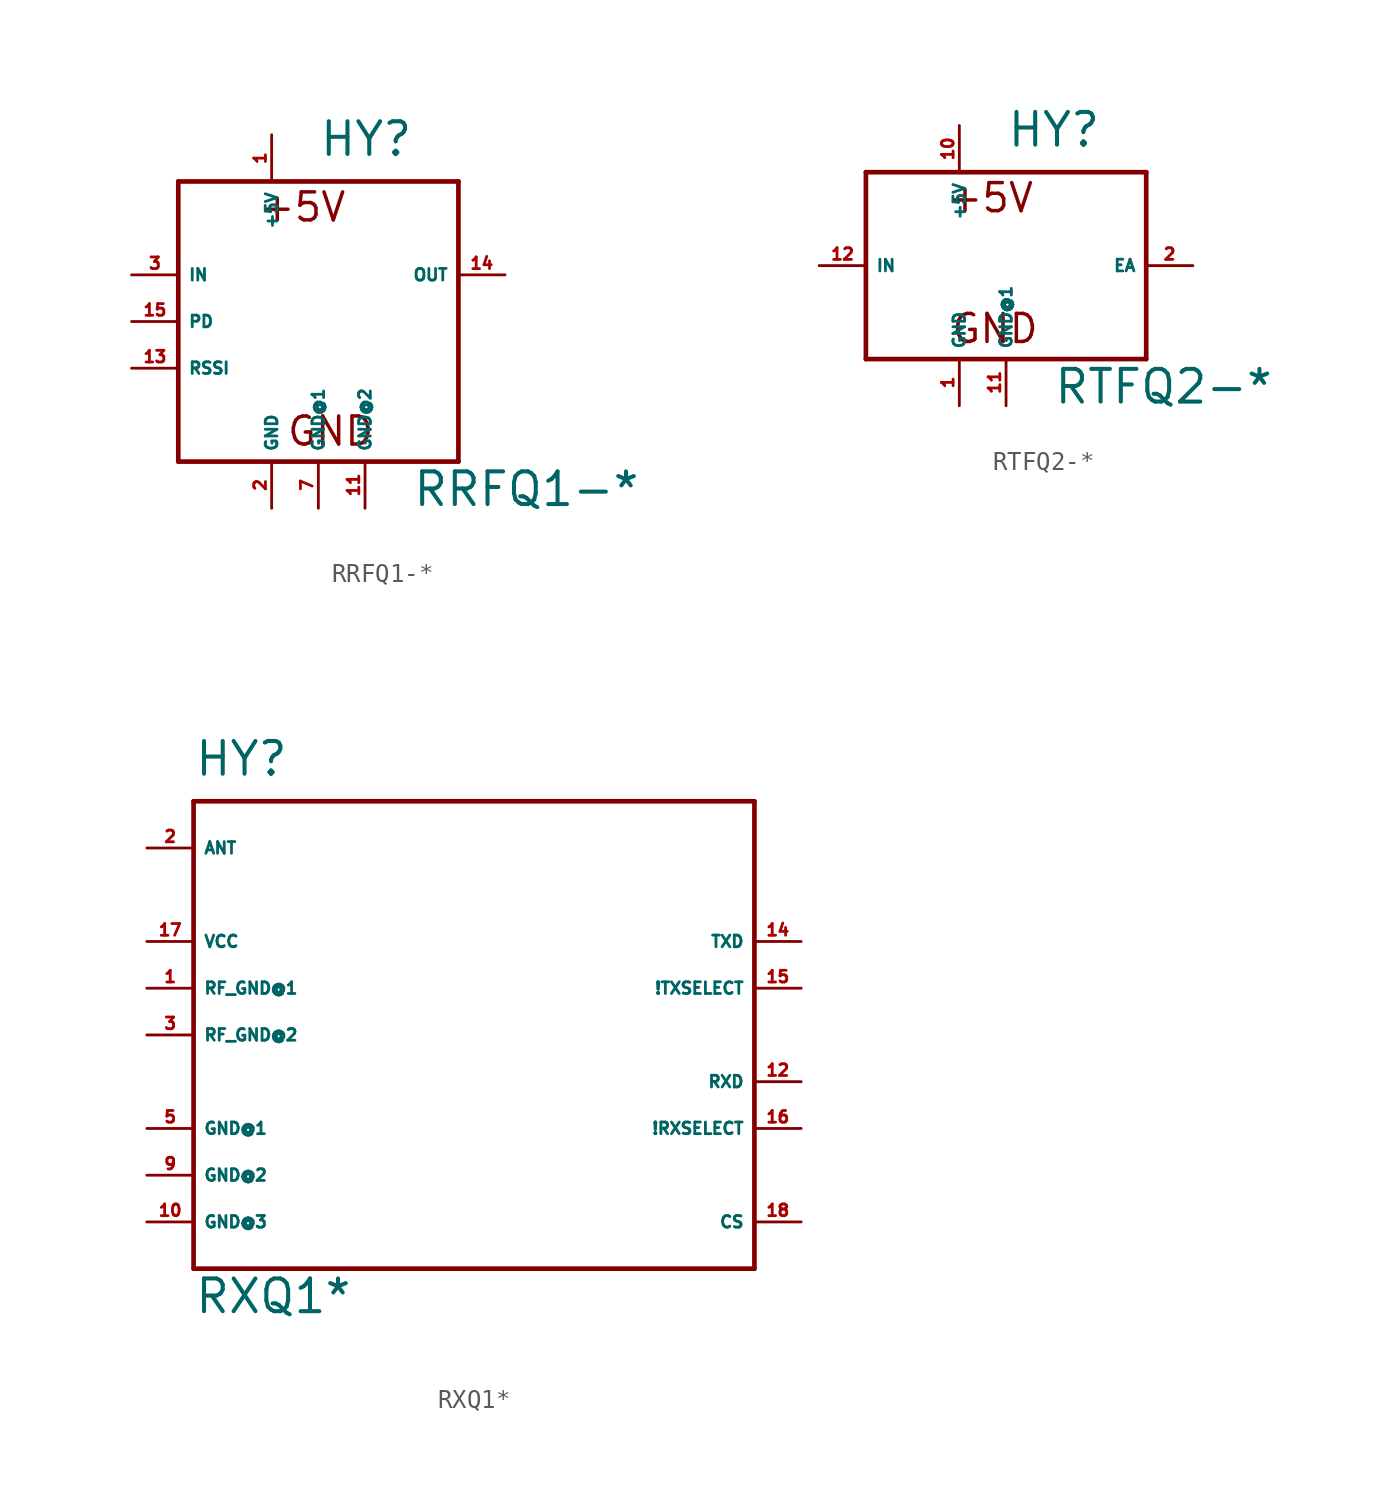
<source format=kicad_sym>
(kicad_symbol_lib
  (version 20220914)
  (generator Eagle2Kicad)
  (symbol "RRFQ1-*"
    (property "Reference" "HY"
      (at 0 8.89 0)
      (effects (font (size 1.778 1.778) (thickness 0.22)) (justify left bottom)))
    (property "Value" "RRFQ1-*"
      (at 5.08 -10.16 0)
      (effects (font (size 1.778 1.778) (thickness 0.22)) (justify left bottom)))
    (polyline
      (pts (xy -7.62 7.62) (xy 7.62 7.62))
      (stroke (width 0.254) (type default))
      (fill (type none)))
    (polyline
      (pts (xy 7.62 7.62) (xy 7.62 -7.62))
      (stroke (width 0.254) (type default))
      (fill (type none)))
    (polyline
      (pts (xy 7.62 -7.62) (xy -7.62 -7.62))
      (stroke (width 0.254) (type default))
      (fill (type none)))
    (polyline
      (pts (xy -7.62 -7.62) (xy -7.62 7.62))
      (stroke (width 0.254) (type default))
      (fill (type none)))
    (text "+5V"
      (at -3.302 5.334 0)
      (effects (font (size 1.524 1.524) (thickness 0.19)) (justify left bottom)))
    (text "GND"
      (at -1.778 -6.858 0)
      (effects (font (size 1.524 1.524) (thickness 0.19)) (justify left bottom)))
    (pin unspecified line
      (at -2.54 10.16 270)
      (length 2.54)
      (name "+5V" (effects (font (size 0.635 0.635) (thickness 0.08)) (justify left bottom)))
      (number "1" (effects (font (size 0.635 0.635) (thickness 0.08)) (justify left bottom))))
    (pin input line
      (at -10.16 -2.54 0)
      (length 2.54)
      (name "RSSI" (effects (font (size 0.635 0.635) (thickness 0.08)) (justify left bottom)))
      (number "13" (effects (font (size 0.635 0.635) (thickness 0.08)) (justify left bottom))))
    (pin unspecified line
      (at -2.54 -10.16 90)
      (length 2.54)
      (name "GND" (effects (font (size 0.635 0.635) (thickness 0.08)) (justify left bottom)))
      (number "2" (effects (font (size 0.635 0.635) (thickness 0.08)) (justify left bottom))))
    (pin unspecified line
      (at 0 -10.16 90)
      (length 2.54)
      (name "GND@1" (effects (font (size 0.635 0.635) (thickness 0.08)) (justify left bottom)))
      (number "7" (effects (font (size 0.635 0.635) (thickness 0.08)) (justify left bottom))))
    (pin unspecified line
      (at 2.54 -10.16 90)
      (length 2.54)
      (name "GND@2" (effects (font (size 0.635 0.635) (thickness 0.08)) (justify left bottom)))
      (number "11" (effects (font (size 0.635 0.635) (thickness 0.08)) (justify left bottom))))
    (pin input line
      (at -10.16 2.54 0)
      (length 2.54)
      (name "IN" (effects (font (size 0.635 0.635) (thickness 0.08)) (justify left bottom)))
      (number "3" (effects (font (size 0.635 0.635) (thickness 0.08)) (justify left bottom))))
    (pin output line
      (at 10.16 2.54 180)
      (length 2.54)
      (name "OUT" (effects (font (size 0.635 0.635) (thickness 0.08)) (justify left bottom)))
      (number "14" (effects (font (size 0.635 0.635) (thickness 0.08)) (justify left bottom))))
    (pin input line
      (at -10.16 0 0)
      (length 2.54)
      (name "PD" (effects (font (size 0.635 0.635) (thickness 0.08)) (justify left bottom)))
      (number "15" (effects (font (size 0.635 0.635) (thickness 0.08)) (justify left bottom)))))
  (symbol "RTFQ2-*"
    (property "Reference" "HY"
      (at 0 6.35 0)
      (effects (font (size 1.778 1.778) (thickness 0.22)) (justify left bottom)))
    (property "Value" "RTFQ2-*"
      (at 2.54 -7.62 0)
      (effects (font (size 1.778 1.778) (thickness 0.22)) (justify left bottom)))
    (polyline
      (pts (xy -7.62 5.08) (xy 7.62 5.08))
      (stroke (width 0.254) (type default))
      (fill (type none)))
    (polyline
      (pts (xy 7.62 5.08) (xy 7.62 -5.08))
      (stroke (width 0.254) (type default))
      (fill (type none)))
    (polyline
      (pts (xy 7.62 -5.08) (xy -7.62 -5.08))
      (stroke (width 0.254) (type default))
      (fill (type none)))
    (polyline
      (pts (xy -7.62 -5.08) (xy -7.62 5.08))
      (stroke (width 0.254) (type default))
      (fill (type none)))
    (text "+5V"
      (at -3.302 2.794 0)
      (effects (font (size 1.524 1.524) (thickness 0.19)) (justify left bottom)))
    (text "GND"
      (at -3.048 -4.318 0)
      (effects (font (size 1.524 1.524) (thickness 0.19)) (justify left bottom)))
    (pin unspecified line
      (at -2.54 7.62 270)
      (length 2.54)
      (name "+5V" (effects (font (size 0.635 0.635) (thickness 0.08)) (justify left bottom)))
      (number "10" (effects (font (size 0.635 0.635) (thickness 0.08)) (justify left bottom))))
    (pin unspecified line
      (at -2.54 -7.62 90)
      (length 2.54)
      (name "GND" (effects (font (size 0.635 0.635) (thickness 0.08)) (justify left bottom)))
      (number "1" (effects (font (size 0.635 0.635) (thickness 0.08)) (justify left bottom))))
    (pin unspecified line
      (at 0 -7.62 90)
      (length 2.54)
      (name "GND@1" (effects (font (size 0.635 0.635) (thickness 0.08)) (justify left bottom)))
      (number "11" (effects (font (size 0.635 0.635) (thickness 0.08)) (justify left bottom))))
    (pin input line
      (at -10.16 0 0)
      (length 2.54)
      (name "IN" (effects (font (size 0.635 0.635) (thickness 0.08)) (justify left bottom)))
      (number "12" (effects (font (size 0.635 0.635) (thickness 0.08)) (justify left bottom))))
    (pin output line
      (at 10.16 0 180)
      (length 2.54)
      (name "EA" (effects (font (size 0.635 0.635) (thickness 0.08)) (justify left bottom)))
      (number "2" (effects (font (size 0.635 0.635) (thickness 0.08)) (justify left bottom)))))
  (symbol "RXQ1*"
    (property "Reference" "HY"
      (at -7.62 21.59 0)
      (effects (font (size 1.778 1.778) (thickness 0.22)) (justify left bottom)))
    (property "Value" "RXQ1*"
      (at -7.62 -7.62 0)
      (effects (font (size 1.778 1.778) (thickness 0.22)) (justify left bottom)))
    (polyline
      (pts (xy -7.62 -5.08) (xy 22.86 -5.08))
      (stroke (width 0.254) (type default))
      (fill (type none)))
    (polyline
      (pts (xy 22.86 -5.08) (xy 22.86 20.32))
      (stroke (width 0.254) (type default))
      (fill (type none)))
    (polyline
      (pts (xy 22.86 20.32) (xy -7.62 20.32))
      (stroke (width 0.254) (type default))
      (fill (type none)))
    (polyline
      (pts (xy -7.62 20.32) (xy -7.62 -5.08))
      (stroke (width 0.254) (type default))
      (fill (type none)))
    (pin unspecified line
      (at -10.16 10.16 0)
      (length 2.54)
      (name "RF_GND@1" (effects (font (size 0.635 0.635) (thickness 0.08)) (justify left bottom)))
      (number "1" (effects (font (size 0.635 0.635) (thickness 0.08)) (justify left bottom))))
    (pin input line
      (at -10.16 17.78 0)
      (length 2.54)
      (name "ANT" (effects (font (size 0.635 0.635) (thickness 0.08)) (justify left bottom)))
      (number "2" (effects (font (size 0.635 0.635) (thickness 0.08)) (justify left bottom))))
    (pin unspecified line
      (at -10.16 7.62 0)
      (length 2.54)
      (name "RF_GND@2" (effects (font (size 0.635 0.635) (thickness 0.08)) (justify left bottom)))
      (number "3" (effects (font (size 0.635 0.635) (thickness 0.08)) (justify left bottom))))
    (pin unspecified line
      (at -10.16 2.54 0)
      (length 2.54)
      (name "GND@1" (effects (font (size 0.635 0.635) (thickness 0.08)) (justify left bottom)))
      (number "5" (effects (font (size 0.635 0.635) (thickness 0.08)) (justify left bottom))))
    (pin unspecified line
      (at -10.16 0 0)
      (length 2.54)
      (name "GND@2" (effects (font (size 0.635 0.635) (thickness 0.08)) (justify left bottom)))
      (number "9" (effects (font (size 0.635 0.635) (thickness 0.08)) (justify left bottom))))
    (pin unspecified line
      (at -10.16 -2.54 0)
      (length 2.54)
      (name "GND@3" (effects (font (size 0.635 0.635) (thickness 0.08)) (justify left bottom)))
      (number "10" (effects (font (size 0.635 0.635) (thickness 0.08)) (justify left bottom))))
    (pin output line
      (at 25.4 5.08 180)
      (length 2.54)
      (name "RXD" (effects (font (size 0.635 0.635) (thickness 0.08)) (justify left bottom)))
      (number "12" (effects (font (size 0.635 0.635) (thickness 0.08)) (justify left bottom))))
    (pin input line
      (at 25.4 12.7 180)
      (length 2.54)
      (name "TXD" (effects (font (size 0.635 0.635) (thickness 0.08)) (justify left bottom)))
      (number "14" (effects (font (size 0.635 0.635) (thickness 0.08)) (justify left bottom))))
    (pin input line
      (at 25.4 10.16 180)
      (length 2.54)
      (name "!TXSELECT" (effects (font (size 0.635 0.635) (thickness 0.08)) (justify left bottom)))
      (number "15" (effects (font (size 0.635 0.635) (thickness 0.08)) (justify left bottom))))
    (pin input line
      (at 25.4 2.54 180)
      (length 2.54)
      (name "!RXSELECT" (effects (font (size 0.635 0.635) (thickness 0.08)) (justify left bottom)))
      (number "16" (effects (font (size 0.635 0.635) (thickness 0.08)) (justify left bottom))))
    (pin unspecified line
      (at -10.16 12.7 0)
      (length 2.54)
      (name "VCC" (effects (font (size 0.635 0.635) (thickness 0.08)) (justify left bottom)))
      (number "17" (effects (font (size 0.635 0.635) (thickness 0.08)) (justify left bottom))))
    (pin input line
      (at 25.4 -2.54 180)
      (length 2.54)
      (name "CS" (effects (font (size 0.635 0.635) (thickness 0.08)) (justify left bottom)))
      (number "18" (effects (font (size 0.635 0.635) (thickness 0.08)) (justify left bottom))))))
</source>
